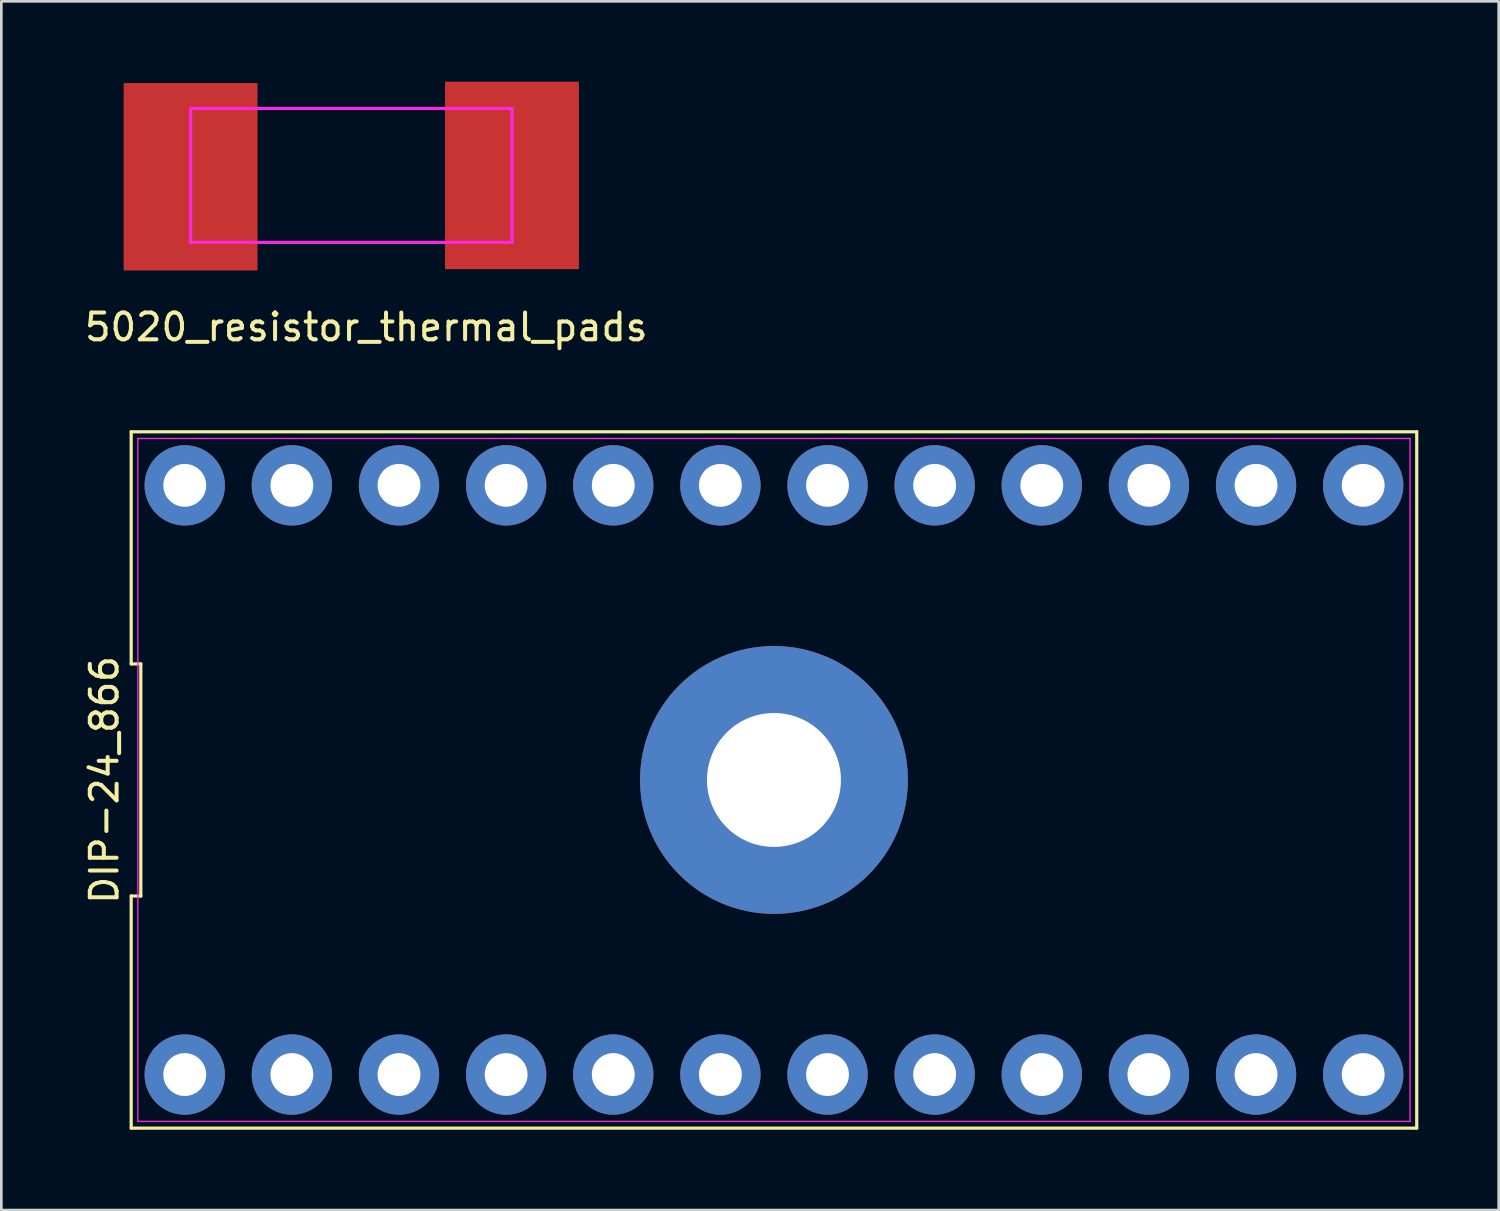
<source format=kicad_pcb>
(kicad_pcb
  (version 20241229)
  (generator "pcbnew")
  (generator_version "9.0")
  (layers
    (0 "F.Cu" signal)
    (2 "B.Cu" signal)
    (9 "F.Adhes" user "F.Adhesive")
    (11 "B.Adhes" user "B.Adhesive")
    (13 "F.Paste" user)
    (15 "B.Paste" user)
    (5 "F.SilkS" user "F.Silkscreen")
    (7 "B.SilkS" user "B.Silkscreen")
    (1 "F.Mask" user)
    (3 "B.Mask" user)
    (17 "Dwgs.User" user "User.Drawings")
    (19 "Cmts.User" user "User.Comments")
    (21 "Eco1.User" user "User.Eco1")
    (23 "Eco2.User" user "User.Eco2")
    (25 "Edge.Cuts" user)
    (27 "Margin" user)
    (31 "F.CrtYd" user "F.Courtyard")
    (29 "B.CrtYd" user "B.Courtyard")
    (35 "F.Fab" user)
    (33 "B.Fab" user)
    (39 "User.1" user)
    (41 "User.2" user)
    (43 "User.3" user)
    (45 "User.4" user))
  (footprint "DIP-24_866"
    (layer "F.Cu")
    (at 25.848 26.072)
    (property "Reference" "DIP-24_866" (at -25 0 90) (layer "F.SilkS") (effects (font (size 1 1) (thickness 0.15))))
    (attr through_hole)
    (fp_line (start -24 -13) (end -24 -4.333) (stroke (width 0.12) (type solid)) (layer "F.SilkS"))
    (fp_line (start -24 -4.333) (end -23.64 -4.333) (stroke (width 0.12) (type solid)) (layer "F.SilkS"))
    (fp_line (start -24 4.333) (end -24 13) (stroke (width 0.12) (type solid)) (layer "F.SilkS"))
    (fp_line (start -24 13) (end 24 13) (stroke (width 0.12) (type solid)) (layer "F.SilkS"))
    (fp_line (start -23.64 -4.333) (end -23.64 4.333) (stroke (width 0.12) (type solid)) (layer "F.SilkS"))
    (fp_line (start -23.64 4.333) (end -24 4.333) (stroke (width 0.12) (type solid)) (layer "F.SilkS"))
    (fp_line (start 24 -13) (end -24 -13) (stroke (width 0.12) (type solid)) (layer "F.SilkS"))
    (fp_line (start 24 13) (end 24 -13) (stroke (width 0.12) (type solid)) (layer "F.SilkS"))
    (fp_line (start -23.75 -12.75) (end 23.75 -12.75) (stroke (width 0.05) (type solid)) (layer "F.CrtYd"))
    (fp_line (start -23.75 12.75) (end -23.75 -12.75) (stroke (width 0.05) (type solid)) (layer "F.CrtYd"))
    (fp_line (start 23.75 -12.75) (end 23.75 12.75) (stroke (width 0.05) (type solid)) (layer "F.CrtYd"))
    (fp_line (start 23.75 12.75) (end -23.75 12.75) (stroke (width 0.05) (type solid)) (layer "F.CrtYd"))
    (pad "1" thru_hole circle (at -22 11) (size 3 3) (drill 1.6) (layers "*.Cu" "*.Mask"))
    (pad "2" thru_hole circle (at -18 11) (size 3 3) (drill 1.6) (layers "*.Cu" "*.Mask"))
    (pad "3" thru_hole circle (at -14 11) (size 3 3) (drill 1.6) (layers "*.Cu" "*.Mask"))
    (pad "4" thru_hole circle (at -10 11) (size 3 3) (drill 1.6) (layers "*.Cu" "*.Mask"))
    (pad "5" thru_hole circle (at -6 11) (size 3 3) (drill 1.6) (layers "*.Cu" "*.Mask"))
    (pad "6" thru_hole circle (at -2 11) (size 3 3) (drill 1.6) (layers "*.Cu" "*.Mask"))
    (pad "7" thru_hole circle (at 2 11) (size 3 3) (drill 1.6) (layers "*.Cu" "*.Mask"))
    (pad "8" thru_hole circle (at 6 11) (size 3 3) (drill 1.6) (layers "*.Cu" "*.Mask"))
    (pad "9" thru_hole circle (at 10 11) (size 3 3) (drill 1.6) (layers "*.Cu" "*.Mask"))
    (pad "10" thru_hole circle (at 14 11) (size 3 3) (drill 1.6) (layers "*.Cu" "*.Mask"))
    (pad "11" thru_hole circle (at 18 11) (size 3 3) (drill 1.6) (layers "*.Cu" "*.Mask"))
    (pad "12" thru_hole circle (at 22 11) (size 3 3) (drill 1.6) (layers "*.Cu" "*.Mask"))
    (pad "13" thru_hole circle (at -22 -11) (size 3 3) (drill 1.6) (layers "*.Cu" "*.Mask"))
    (pad "14" thru_hole circle (at -18 -11) (size 3 3) (drill 1.6) (layers "*.Cu" "*.Mask"))
    (pad "15" thru_hole circle (at -14 -11) (size 3 3) (drill 1.6) (layers "*.Cu" "*.Mask"))
    (pad "16" thru_hole circle (at -10 -11) (size 3 3) (drill 1.6) (layers "*.Cu" "*.Mask"))
    (pad "17" thru_hole circle (at -6 -11) (size 3 3) (drill 1.6) (layers "*.Cu" "*.Mask"))
    (pad "18" thru_hole circle (at -2 -11) (size 3 3) (drill 1.6) (layers "*.Cu" "*.Mask"))
    (pad "19" thru_hole circle (at 2 -11) (size 3 3) (drill 1.6) (layers "*.Cu" "*.Mask"))
    (pad "20" thru_hole circle (at 6 -11) (size 3 3) (drill 1.6) (layers "*.Cu" "*.Mask"))
    (pad "21" thru_hole circle (at 10 -11) (size 3 3) (drill 1.6) (layers "*.Cu" "*.Mask"))
    (pad "22" thru_hole circle (at 14 -11) (size 3 3) (drill 1.6) (layers "*.Cu" "*.Mask"))
    (pad "23" thru_hole circle (at 18 -11) (size 3 3) (drill 1.6) (layers "*.Cu" "*.Mask"))
    (pad "24" thru_hole circle (at 22 -11) (size 3 3) (drill 1.6) (layers "*.Cu" "*.Mask"))
    (pad "25" thru_hole circle (at 0 0) (size 10 10) (drill 5) (layers "*.Cu" "*.Mask")))
  (footprint "5020_resistor_thermal_pads"
    (layer "F.Cu")
    (at 10.066 3.5)
    (property "Reference" "5020_resistor_thermal_pads" (at 0.559 5.664 0) (layer "F.SilkS") (effects (font (size 1 1) (thickness 0.15))))
    (attr through_hole)
    (fp_line (start -6 -2.5) (end 6 -2.5) (stroke (width 0.12) (type solid)) (layer "F.CrtYd"))
    (fp_line (start -6 2.5) (end -6 -2.5) (stroke (width 0.12) (type solid)) (layer "F.CrtYd"))
    (fp_line (start -6 2.5) (end 6 2.5) (stroke (width 0.12) (type solid)) (layer "F.CrtYd"))
    (fp_line (start 6 -2.5) (end 6 2.5) (stroke (width 0.12) (type solid)) (layer "F.CrtYd"))
    (pad "1" smd rect (at -6 0.051) (size 5 7) (layers "F.Cu" "F.Mask" "F.Paste"))
    (pad "2" smd rect (at 6 0) (size 5 7) (layers "F.Cu" "F.Mask" "F.Paste")))
  (gr_rect
    (start -3 -3)
    (end 52.908 42.132)
    (stroke (width 0.1) (type default))
    (fill no)
    (layer "Edge.Cuts")))
</source>
